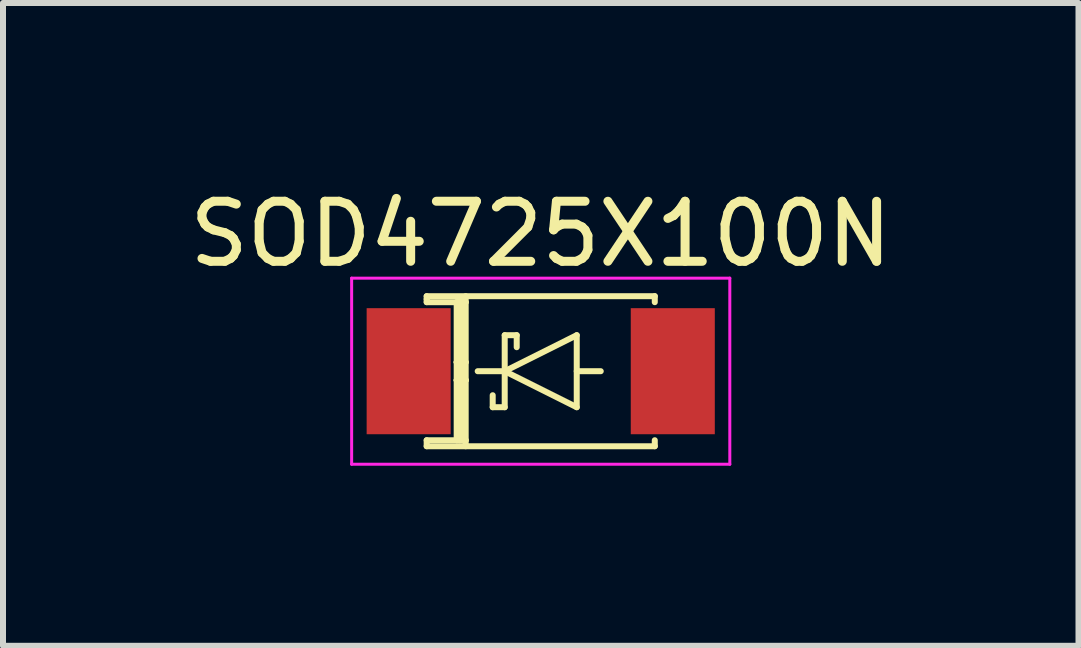
<source format=kicad_pcb>
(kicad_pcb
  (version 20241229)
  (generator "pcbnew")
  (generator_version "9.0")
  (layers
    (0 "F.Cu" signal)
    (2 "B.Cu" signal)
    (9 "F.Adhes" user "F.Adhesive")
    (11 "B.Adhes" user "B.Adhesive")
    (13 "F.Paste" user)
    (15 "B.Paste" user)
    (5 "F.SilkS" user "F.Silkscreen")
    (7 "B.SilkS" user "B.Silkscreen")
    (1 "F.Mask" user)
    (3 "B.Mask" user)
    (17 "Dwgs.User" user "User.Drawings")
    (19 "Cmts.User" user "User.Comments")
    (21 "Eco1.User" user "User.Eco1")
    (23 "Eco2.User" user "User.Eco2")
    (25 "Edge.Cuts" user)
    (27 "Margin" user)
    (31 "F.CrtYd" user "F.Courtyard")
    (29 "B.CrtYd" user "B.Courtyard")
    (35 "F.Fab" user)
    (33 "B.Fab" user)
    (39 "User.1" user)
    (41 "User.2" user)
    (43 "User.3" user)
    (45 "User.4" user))
  (footprint "SOD4725X100N"
    (layer "F.Cu")
    (at 5.958 3.134)
    (property "Reference" "SOD4725X100N" (at 0 -2.286 0) (layer "F.SilkS") (effects (font (size 1 1) (thickness 0.15))))
    (attr through_hole)
    (fp_line (start -1.9 -1.25) (end 1.9 -1.25) (stroke (width 0.1) (type solid)) (layer "F.SilkS"))
    (fp_line (start -1.9 -1.2) (end -1.9 -1.25) (stroke (width 0.1) (type solid)) (layer "F.SilkS"))
    (fp_line (start -1.9 -1.15) (end -1.9 -1.2) (stroke (width 0.1) (type solid)) (layer "F.SilkS"))
    (fp_line (start -1.9 -1.15) (end -1.25 -1.15) (stroke (width 0.1) (type solid)) (layer "F.SilkS"))
    (fp_line (start -1.9 1.15) (end -1.9 1.25) (stroke (width 0.1) (type solid)) (layer "F.SilkS"))
    (fp_line (start -1.9 1.15) (end -1.25 1.15) (stroke (width 0.1) (type solid)) (layer "F.SilkS"))
    (fp_line (start -1.9 1.25) (end 1.9 1.25) (stroke (width 0.1) (type solid)) (layer "F.SilkS"))
    (fp_line (start -1.4 -1.15) (end -1.3 -1.15) (stroke (width 0.1) (type solid)) (layer "F.SilkS"))
    (fp_line (start -1.4 -0.15) (end -1.4 -1.15) (stroke (width 0.1) (type solid)) (layer "F.SilkS"))
    (fp_line (start -1.4 -0.15) (end -1.35 -0.15) (stroke (width 0.1) (type solid)) (layer "F.SilkS"))
    (fp_line (start -1.4 0.15) (end -1.4 -0.15) (stroke (width 0.1) (type solid)) (layer "F.SilkS"))
    (fp_line (start -1.4 0.15) (end -1.4 1.15) (stroke (width 0.1) (type solid)) (layer "F.SilkS"))
    (fp_line (start -1.4 1.15) (end -1.3 1.15) (stroke (width 0.1) (type solid)) (layer "F.SilkS"))
    (fp_line (start -1.35 -0.15) (end -1.35 -1.2) (stroke (width 0.1) (type solid)) (layer "F.SilkS"))
    (fp_line (start -1.35 -0.15) (end -1.35 0.15) (stroke (width 0.1) (type solid)) (layer "F.SilkS"))
    (fp_line (start -1.35 0.15) (end -1.35 1.15) (stroke (width 0.1) (type solid)) (layer "F.SilkS"))
    (fp_line (start -1.35 0.15) (end -1.3 0.15) (stroke (width 0.1) (type solid)) (layer "F.SilkS"))
    (fp_line (start -1.3 -1.15) (end -1.3 -0.15) (stroke (width 0.1) (type solid)) (layer "F.SilkS"))
    (fp_line (start -1.3 0.15) (end -1.35 0.15) (stroke (width 0.1) (type solid)) (layer "F.SilkS"))
    (fp_line (start -1.3 0.15) (end -1.3 -0.2) (stroke (width 0.1) (type solid)) (layer "F.SilkS"))
    (fp_line (start -1.3 1.15) (end -1.3 0.15) (stroke (width 0.1) (type solid)) (layer "F.SilkS"))
    (fp_line (start -1.25 -1.15) (end -1.25 -1.25) (stroke (width 0.1) (type solid)) (layer "F.SilkS"))
    (fp_line (start -1.25 -1.15) (end -1.25 -0.15) (stroke (width 0.1) (type solid)) (layer "F.SilkS"))
    (fp_line (start -1.25 -0.15) (end -1.4 -0.15) (stroke (width 0.1) (type solid)) (layer "F.SilkS"))
    (fp_line (start -1.25 -0.15) (end -1.25 0.15) (stroke (width 0.1) (type solid)) (layer "F.SilkS"))
    (fp_line (start -1.25 0.15) (end -1.4 0.15) (stroke (width 0.1) (type solid)) (layer "F.SilkS"))
    (fp_line (start -1.25 0.15) (end -1.4 0.15) (stroke (width 0.1) (type solid)) (layer "F.SilkS"))
    (fp_line (start -1.25 1.15) (end -1.25 0.15) (stroke (width 0.1) (type solid)) (layer "F.SilkS"))
    (fp_line (start -1.25 1.15) (end -1.25 1.25) (stroke (width 0.1) (type solid)) (layer "F.SilkS"))
    (fp_line (start -0.8 0.6) (end -0.8 0.4) (stroke (width 0.1) (type solid)) (layer "F.SilkS"))
    (fp_line (start -0.6 -0.6) (end -0.4 -0.6) (stroke (width 0.1) (type solid)) (layer "F.SilkS"))
    (fp_line (start -0.6 0) (end -1.05 0) (stroke (width 0.1) (type solid)) (layer "F.SilkS"))
    (fp_line (start -0.6 0) (end -0.6 -0.6) (stroke (width 0.1) (type solid)) (layer "F.SilkS"))
    (fp_line (start -0.6 0) (end -0.6 0.6) (stroke (width 0.1) (type solid)) (layer "F.SilkS"))
    (fp_line (start -0.6 0) (end 0.6 -0.6) (stroke (width 0.1) (type solid)) (layer "F.SilkS"))
    (fp_line (start -0.6 0.6) (end -0.8 0.6) (stroke (width 0.1) (type solid)) (layer "F.SilkS"))
    (fp_line (start -0.4 -0.6) (end -0.4 -0.4) (stroke (width 0.1) (type solid)) (layer "F.SilkS"))
    (fp_line (start 0.6 -0.6) (end 0.6 0.6) (stroke (width 0.1) (type solid)) (layer "F.SilkS"))
    (fp_line (start 0.6 0) (end 1 0) (stroke (width 0.1) (type solid)) (layer "F.SilkS"))
    (fp_line (start 0.6 0.6) (end -0.6 0) (stroke (width 0.1) (type solid)) (layer "F.SilkS"))
    (fp_line (start 1.9 -1.25) (end 1.9 -1.15) (stroke (width 0.1) (type solid)) (layer "F.SilkS"))
    (fp_line (start 1.9 1.25) (end 1.9 1.15) (stroke (width 0.1) (type solid)) (layer "F.SilkS"))
    (fp_line (start -3.15 -1.55) (end -3.15 1.55) (stroke (width 0.05) (type solid)) (layer "F.CrtYd"))
    (fp_line (start -3.15 1.55) (end 3.15 1.55) (stroke (width 0.05) (type solid)) (layer "F.CrtYd"))
    (fp_line (start 3.15 -1.55) (end -3.15 -1.55) (stroke (width 0.05) (type solid)) (layer "F.CrtYd"))
    (fp_line (start 3.15 1.55) (end 3.15 -1.55) (stroke (width 0.05) (type solid)) (layer "F.CrtYd"))
    (pad "1" smd rect (at -2.2 0) (size 1.4 2.1) (layers "F.Cu" "F.Mask" "F.Paste"))
    (pad "2" smd rect (at 2.2 0) (size 1.4 2.1) (layers "F.Cu" "F.Mask" "F.Paste")))
  (gr_rect
    (start -3 -3)
    (end 14.917 7.709)
    (stroke (width 0.1) (type default))
    (fill no)
    (layer "Edge.Cuts")))
</source>
